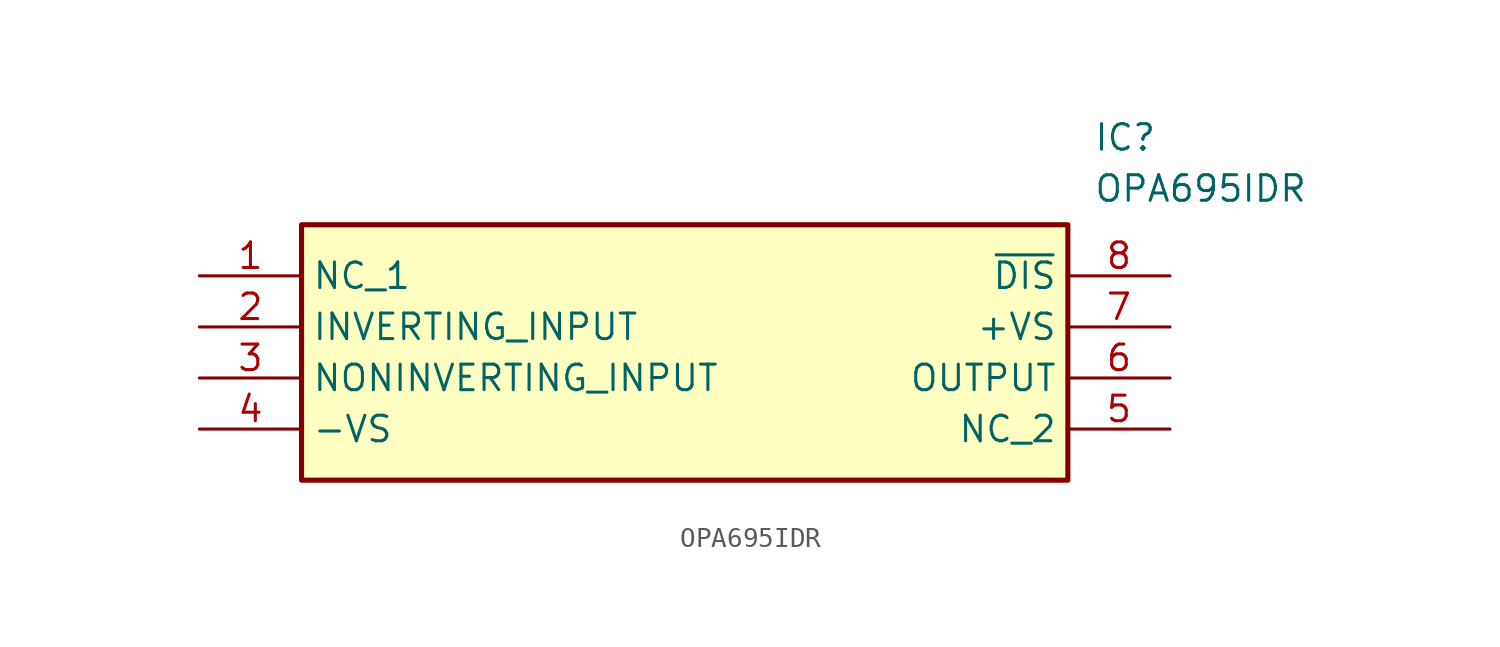
<source format=kicad_sym>
(kicad_symbol_lib
  (version 20211014)
  (generator SamacSys_ECAD_Model)
  (symbol "OPA695IDR"
    (property "Reference" "IC"
      (at 44.45 7.62 0)
      (effects (font (size 1.27 1.27)) (justify left top)))
    (property "Value" "OPA695IDR"
      (at 44.45 5.08 0)
      (effects (font (size 1.27 1.27)) (justify left top)))
    (rectangle
      (start 5.08 2.54)
      (end 43.18 -10.16)
      (stroke (width 0.254) (type default))
      (fill (type background)))
    (pin passive line
      (at 0 0 0)
      (length 5.08)
      (name "NC_1" (effects (font (size 1.27 1.27))))
      (number "1" (effects (font (size 1.27 1.27)))))
    (pin passive line
      (at 0 -2.54 0)
      (length 5.08)
      (name "INVERTING_INPUT" (effects (font (size 1.27 1.27))))
      (number "2" (effects (font (size 1.27 1.27)))))
    (pin passive line
      (at 0 -5.08 0)
      (length 5.08)
      (name "NONINVERTING_INPUT" (effects (font (size 1.27 1.27))))
      (number "3" (effects (font (size 1.27 1.27)))))
    (pin passive line
      (at 0 -7.62 0)
      (length 5.08)
      (name "-VS" (effects (font (size 1.27 1.27))))
      (number "4" (effects (font (size 1.27 1.27)))))
    (pin passive line
      (at 48.26 0 180)
      (length 5.08)
      (name "~{DIS}" (effects (font (size 1.27 1.27))))
      (number "8" (effects (font (size 1.27 1.27)))))
    (pin passive line
      (at 48.26 -2.54 180)
      (length 5.08)
      (name "+VS" (effects (font (size 1.27 1.27))))
      (number "7" (effects (font (size 1.27 1.27)))))
    (pin passive line
      (at 48.26 -5.08 180)
      (length 5.08)
      (name "OUTPUT" (effects (font (size 1.27 1.27))))
      (number "6" (effects (font (size 1.27 1.27)))))
    (pin passive line
      (at 48.26 -7.62 180)
      (length 5.08)
      (name "NC_2" (effects (font (size 1.27 1.27))))
      (number "5" (effects (font (size 1.27 1.27)))))))
</source>
